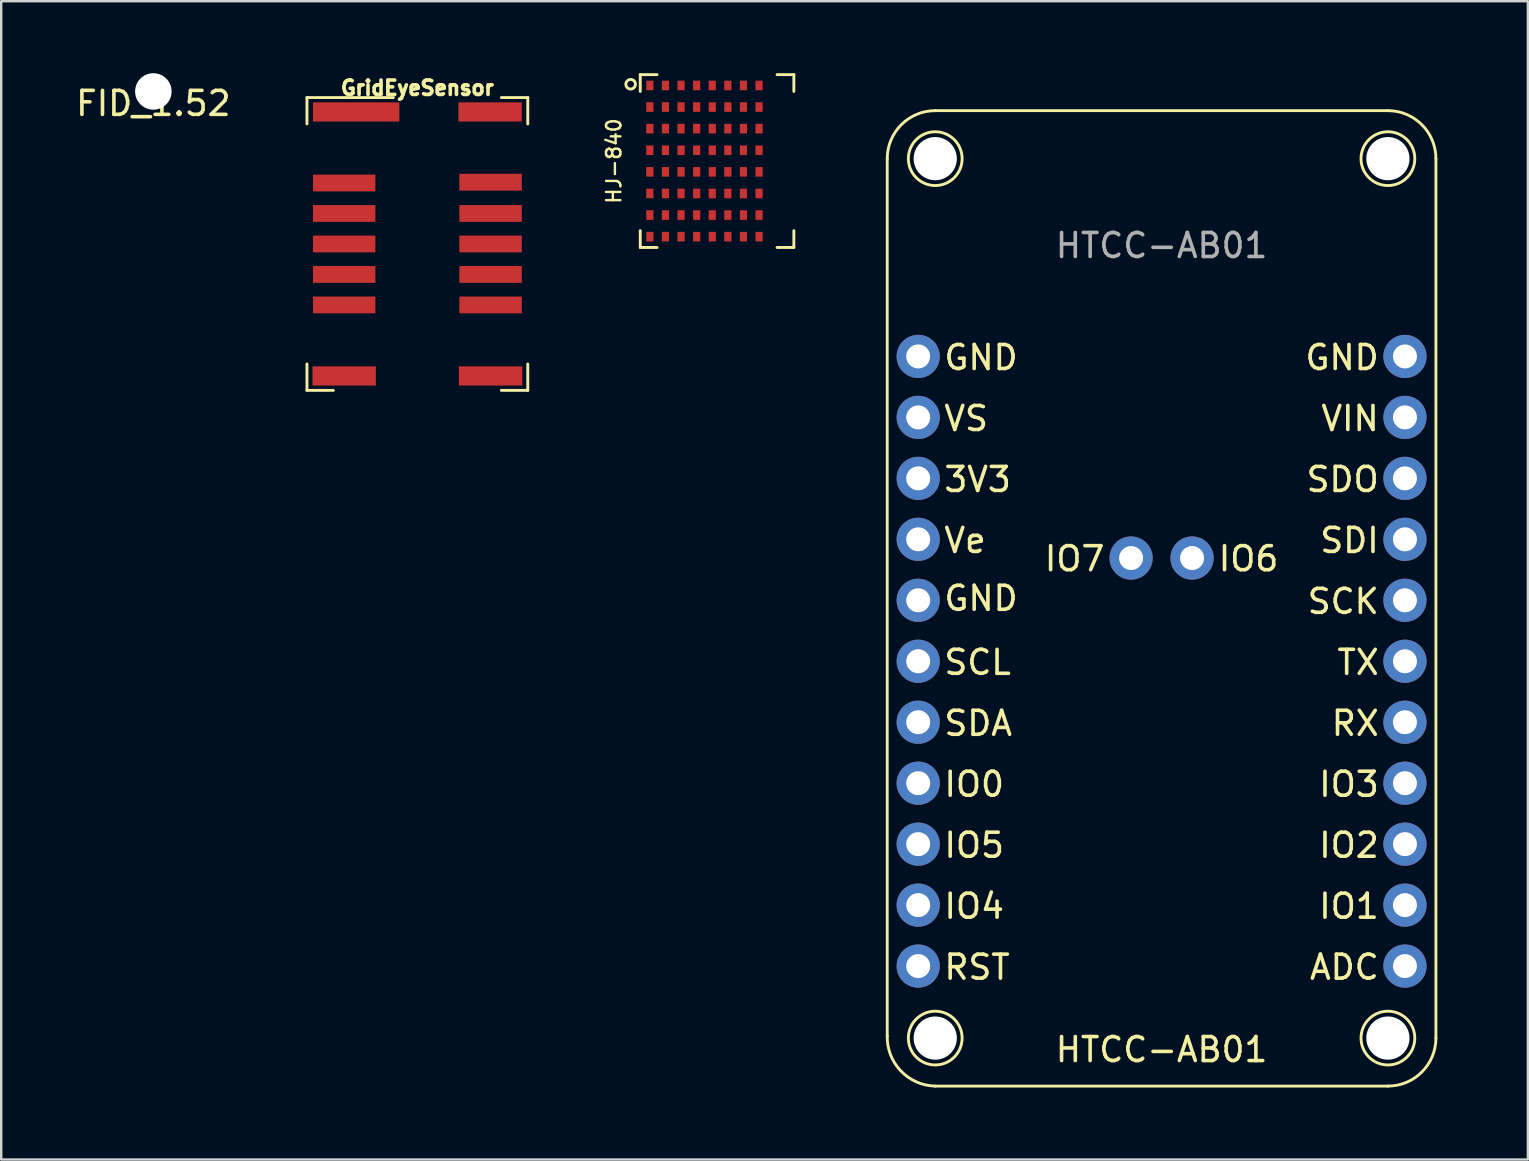
<source format=kicad_pcb>
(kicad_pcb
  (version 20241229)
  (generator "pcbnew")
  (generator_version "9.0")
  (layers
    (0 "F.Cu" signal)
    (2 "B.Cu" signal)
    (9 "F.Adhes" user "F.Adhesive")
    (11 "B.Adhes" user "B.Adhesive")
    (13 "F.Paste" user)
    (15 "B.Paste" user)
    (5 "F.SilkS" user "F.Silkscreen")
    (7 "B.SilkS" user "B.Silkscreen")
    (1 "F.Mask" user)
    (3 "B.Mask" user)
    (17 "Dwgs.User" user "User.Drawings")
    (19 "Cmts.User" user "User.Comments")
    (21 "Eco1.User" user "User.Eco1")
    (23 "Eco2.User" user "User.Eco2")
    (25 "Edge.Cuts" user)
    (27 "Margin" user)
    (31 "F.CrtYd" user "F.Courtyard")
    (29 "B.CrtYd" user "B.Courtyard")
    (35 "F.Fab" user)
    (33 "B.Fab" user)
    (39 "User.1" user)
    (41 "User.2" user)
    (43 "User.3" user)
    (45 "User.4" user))
  (footprint "HTCC-AB01"
    (layer "F.Cu")
    (at 45.345 21.88)
    (property "Reference" "HTCC-AB01" (at 0 18.8 0) (unlocked yes) (layer "F.SilkS") (effects (font (size 1 1) (thickness 0.15))))
    (attr through_hole)
    (fp_line (start -11.43 -18.32) (end -11.43 18.23) (stroke (width 0.12) (type default)) (layer "F.SilkS"))
    (fp_line (start -9.43 -20.32) (end 9.43 -20.32) (stroke (width 0.12) (type default)) (layer "F.SilkS"))
    (fp_line (start -9.43 20.32) (end 9.43 20.32) (stroke (width 0.12) (type default)) (layer "F.SilkS"))
    (fp_line (start 11.43 -18.32) (end 11.43 18.32) (stroke (width 0.12) (type default)) (layer "F.SilkS"))
    (fp_arc (start -11.43 -18.32) (mid -10.844214 -19.734214) (end -9.43 -20.32) (stroke (width 0.12) (type default)) (layer "F.SilkS"))
    (fp_arc (start -9.43 20.32) (mid -10.862855 19.689215) (end -11.43 18.23) (stroke (width 0.12) (type default)) (layer "F.SilkS"))
    (fp_arc (start 9.43 -20.32) (mid 10.844214 -19.734214) (end 11.43 -18.32) (stroke (width 0.12) (type default)) (layer "F.SilkS"))
    (fp_arc (start 11.43 18.32) (mid 10.844214 19.734214) (end 9.43 20.32) (stroke (width 0.12) (type default)) (layer "F.SilkS"))
    (fp_circle (center -9.43 -18.32) (end -9.4 -17.2) (stroke (width 0.12) (type default)) (fill no) (layer "F.SilkS"))
    (fp_circle (center -9.43 18.32) (end -8.31 18.32) (stroke (width 0.12) (type default)) (fill no) (layer "F.SilkS"))
    (fp_circle (center 9.43 -18.32) (end 9.4 -17.2) (stroke (width 0.12) (type default)) (fill no) (layer "F.SilkS"))
    (fp_circle (center 9.43 18.32) (end 10.55 18.32) (stroke (width 0.12) (type default)) (fill no) (layer "F.SilkS"))
    (fp_line (start -11.43 -18.32) (end -11.43 18.23) (stroke (width 0.12) (type default)) (layer "Eco1.User"))
    (fp_line (start -9.43 -20.32) (end 9.43 -20.32) (stroke (width 0.12) (type default)) (layer "Eco1.User"))
    (fp_line (start -9.43 20.32) (end 9.43 20.32) (stroke (width 0.12) (type default)) (layer "Eco1.User"))
    (fp_line (start -4.5 -21.82) (end -4.5 -15) (stroke (width 0.12) (type default)) (layer "Eco1.User"))
    (fp_line (start 4.5 -21.82) (end -4.5 -21.82) (stroke (width 0.12) (type default)) (layer "Eco1.User"))
    (fp_line (start 4.5 -21.82) (end 4.5 -15) (stroke (width 0.12) (type default)) (layer "Eco1.User"))
    (fp_line (start 4.5 -15) (end -4.5 -15) (stroke (width 0.12) (type default)) (layer "Eco1.User"))
    (fp_line (start 11.43 -18.32) (end 11.43 18.32) (stroke (width 0.12) (type default)) (layer "Eco1.User"))
    (fp_rect (start -11.4 -16.2) (end -9.6 -13.2) (stroke (width 0.12) (type default)) (fill no) (layer "Eco1.User"))
    (fp_rect (start -11.4 -14) (end -12.2 -15.4) (stroke (width 0.12) (type default)) (fill no) (layer "Eco1.User"))
    (fp_rect (start -2.8 -16) (end 2.8 -12.2) (stroke (width 0.12) (type default)) (fill no) (layer "Eco1.User"))
    (fp_rect (start 11.4 -15.4) (end 12.2 -14) (stroke (width 0.12) (type default)) (fill no) (layer "Eco1.User"))
    (fp_rect (start 11.4 -13.2) (end 9.6 -16.2) (stroke (width 0.12) (type default)) (fill no) (layer "Eco1.User"))
    (fp_arc (start -11.43 -18.32) (mid -10.844214 -19.734214) (end -9.43 -20.32) (stroke (width 0.12) (type default)) (layer "Eco1.User"))
    (fp_arc (start -9.43 20.32) (mid -10.862854 19.689214) (end -11.43 18.23) (stroke (width 0.12) (type default)) (layer "Eco1.User"))
    (fp_arc (start 9.43 -20.32) (mid 10.844214 -19.734214) (end 11.43 -18.32) (stroke (width 0.12) (type default)) (layer "Eco1.User"))
    (fp_arc (start 11.43 18.32) (mid 10.844214 19.734214) (end 9.43 20.32) (stroke (width 0.12) (type default)) (layer "Eco1.User"))
    (fp_text user "SDI" (at 9.144 -2.413 0) (unlocked yes) (layer "F.SilkS") (effects (font (size 1 1) (thickness 0.15)) (justify right)))
    (fp_text user "IO0" (at -9.144 7.747 0) (unlocked yes) (layer "F.SilkS") (effects (font (size 1 1) (thickness 0.15)) (justify left)))
    (fp_text user "SCL" (at -9.144 2.667 0) (unlocked yes) (layer "F.SilkS") (effects (font (size 1 1) (thickness 0.15)) (justify left)))
    (fp_text user "TX" (at 9.144 2.667 0) (unlocked yes) (layer "F.SilkS") (effects (font (size 1 1) (thickness 0.15)) (justify right)))
    (fp_text user "IO7" (at -2.286 -1.651 0) (unlocked yes) (layer "F.SilkS") (effects (font (size 1 1) (thickness 0.15)) (justify right)))
    (fp_text user "IO1" (at 9.144 12.827 0) (unlocked yes) (layer "F.SilkS") (effects (font (size 1 1) (thickness 0.15)) (justify right)))
    (fp_text user "GND" (at -9.144 0 0) (unlocked yes) (layer "F.SilkS") (effects (font (size 1 1) (thickness 0.15)) (justify left)))
    (fp_text user "IO3" (at 9.144 7.747 0) (unlocked yes) (layer "F.SilkS") (effects (font (size 1 1) (thickness 0.15)) (justify right)))
    (fp_text user "IO2" (at 9.144 10.287 0) (unlocked yes) (layer "F.SilkS") (effects (font (size 1 1) (thickness 0.15)) (justify right)))
    (fp_text user "3V3" (at -9.144 -4.953 0) (unlocked yes) (layer "F.SilkS") (effects (font (size 1 1) (thickness 0.15)) (justify left)))
    (fp_text user "ADC" (at 9.144 15.367 0) (unlocked yes) (layer "F.SilkS") (effects (font (size 1 1) (thickness 0.15)) (justify right)))
    (fp_text user "VIN" (at 9.144 -7.493 0) (unlocked yes) (layer "F.SilkS") (effects (font (size 1 1) (thickness 0.15)) (justify right)))
    (fp_text user "IO6" (at 2.286 -1.651 0) (unlocked yes) (layer "F.SilkS") (effects (font (size 1 1) (thickness 0.15)) (justify left)))
    (fp_text user "IO5" (at -9.144 10.287 0) (unlocked yes) (layer "F.SilkS") (effects (font (size 1 1) (thickness 0.15)) (justify left)))
    (fp_text user "VS" (at -9.144 -7.493 0) (unlocked yes) (layer "F.SilkS") (effects (font (size 1 1) (thickness 0.15)) (justify left)))
    (fp_text user "SDO" (at 9.144 -4.953 0) (unlocked yes) (layer "F.SilkS") (effects (font (size 1 1) (thickness 0.15)) (justify right)))
    (fp_text user "SCK" (at 9.144 0.127 0) (unlocked yes) (layer "F.SilkS") (effects (font (size 1 1) (thickness 0.15)) (justify right)))
    (fp_text user "GND" (at 9.144 -10.033 0) (unlocked yes) (layer "F.SilkS") (effects (font (size 1 1) (thickness 0.15)) (justify right)))
    (fp_text user "RX" (at 9.144 5.207 0) (unlocked yes) (layer "F.SilkS") (effects (font (size 1 1) (thickness 0.15)) (justify right)))
    (fp_text user "GND" (at -9.144 -10.033 0) (unlocked yes) (layer "F.SilkS") (effects (font (size 1 1) (thickness 0.15)) (justify left)))
    (fp_text user "SDA" (at -9.144 5.207 0) (unlocked yes) (layer "F.SilkS") (effects (font (size 1 1) (thickness 0.15)) (justify left)))
    (fp_text user "Ve" (at -9.144 -2.413 0) (unlocked yes) (layer "F.SilkS") (effects (font (size 1 1) (thickness 0.15)) (justify left)))
    (fp_text user "RST" (at -9.144 15.367 0) (unlocked yes) (layer "F.SilkS") (effects (font (size 1 1) (thickness 0.15)) (justify left)))
    (fp_text user "IO4" (at -9.144 12.827 0) (unlocked yes) (layer "F.SilkS") (effects (font (size 1 1) (thickness 0.15)) (justify left)))
    (fp_text user "${REFERENCE}" (at 0 -14.7 0) (unlocked yes) (layer "F.Fab") (effects (font (size 1 1) (thickness 0.15))))
    (pad "" np_thru_hole circle (at -9.43 -18.32) (size 1.8 1.8) (drill 1.8) (layers "*.Cu" "*.Mask"))
    (pad "" np_thru_hole circle (at -9.43 18.32) (size 1.8 1.8) (drill 1.8) (layers "*.Cu" "*.Mask"))
    (pad "" np_thru_hole circle (at 9.43 -18.32) (size 1.8 1.8) (drill 1.8) (layers "*.Cu" "*.Mask"))
    (pad "" np_thru_hole circle (at 9.43 18.32) (size 1.8 1.8) (drill 1.8) (layers "*.Cu" "*.Mask"))
    (pad "1" thru_hole circle (at -10.14 -10.08) (size 1.8 1.8) (drill 1) (layers "*.Cu" "*.Mask"))
    (pad "2" thru_hole circle (at -10.14 -7.54) (size 1.8 1.8) (drill 1) (layers "*.Cu" "*.Mask"))
    (pad "3" thru_hole circle (at -10.14 -5) (size 1.8 1.8) (drill 1) (layers "*.Cu" "*.Mask"))
    (pad "4" thru_hole circle (at -10.14 -2.46) (size 1.8 1.8) (drill 1) (layers "*.Cu" "*.Mask"))
    (pad "5" thru_hole circle (at -10.14 0.08) (size 1.8 1.8) (drill 1) (layers "*.Cu" "*.Mask"))
    (pad "6" thru_hole circle (at -10.14 2.62) (size 1.8 1.8) (drill 1) (layers "*.Cu" "*.Mask"))
    (pad "7" thru_hole circle (at -10.14 5.16) (size 1.8 1.8) (drill 1) (layers "*.Cu" "*.Mask"))
    (pad "8" thru_hole circle (at -10.14 7.7) (size 1.8 1.8) (drill 1) (layers "*.Cu" "*.Mask"))
    (pad "9" thru_hole circle (at -10.14 10.24) (size 1.8 1.8) (drill 1) (layers "*.Cu" "*.Mask"))
    (pad "10" thru_hole circle (at -10.14 12.78) (size 1.8 1.8) (drill 1) (layers "*.Cu" "*.Mask"))
    (pad "11" thru_hole circle (at -10.14 15.32) (size 1.8 1.8) (drill 1) (layers "*.Cu" "*.Mask"))
    (pad "12" thru_hole circle (at 10.14 15.32) (size 1.8 1.8) (drill 1) (layers "*.Cu" "*.Mask"))
    (pad "13" thru_hole circle (at 10.14 12.78) (size 1.8 1.8) (drill 1) (layers "*.Cu" "*.Mask"))
    (pad "14" thru_hole circle (at 10.14 10.24) (size 1.8 1.8) (drill 1) (layers "*.Cu" "*.Mask"))
    (pad "15" thru_hole circle (at 10.14 7.7) (size 1.8 1.8) (drill 1) (layers "*.Cu" "*.Mask"))
    (pad "16" thru_hole circle (at 10.14 5.16) (size 1.8 1.8) (drill 1) (layers "*.Cu" "*.Mask"))
    (pad "17" thru_hole circle (at 10.14 2.62) (size 1.8 1.8) (drill 1) (layers "*.Cu" "*.Mask"))
    (pad "18" thru_hole circle (at 10.14 0.08) (size 1.8 1.8) (drill 1) (layers "*.Cu" "*.Mask"))
    (pad "19" thru_hole circle (at 10.14 -2.46) (size 1.8 1.8) (drill 1) (layers "*.Cu" "*.Mask"))
    (pad "20" thru_hole circle (at 10.14 -5) (size 1.8 1.8) (drill 1) (layers "*.Cu" "*.Mask"))
    (pad "21" thru_hole circle (at 10.14 -7.54) (size 1.8 1.8) (drill 1) (layers "*.Cu" "*.Mask"))
    (pad "22" thru_hole circle (at 10.14 -10.08) (size 1.8 1.8) (drill 1) (layers "*.Cu" "*.Mask"))
    (pad "23" thru_hole circle (at 1.27 -1.68 90) (size 1.8 1.8) (drill 1) (layers "*.Cu" "*.Mask"))
    (pad "24" thru_hole circle (at -1.27 -1.68 90) (size 1.8 1.8) (drill 1) (layers "*.Cu" "*.Mask")))
  (footprint "HJ-840"
    (layer "F.Cu")
    (at 26.825 3.66)
    (property "Reference" "HJ-840" (at -4.3 0 90) (layer "F.SilkS") (effects (font (size 0.6 0.6) (thickness 0.1))))
    (attr through_hole)
    (fp_line (start -3.2 -3.6) (end -3.2 -2.9) (stroke (width 0.12) (type solid)) (layer "F.SilkS"))
    (fp_line (start -3.2 -3.6) (end -2.5 -3.6) (stroke (width 0.12) (type solid)) (layer "F.SilkS"))
    (fp_line (start -3.2 3.6) (end -3.2 2.9) (stroke (width 0.12) (type solid)) (layer "F.SilkS"))
    (fp_line (start -3.2 3.6) (end -2.5 3.6) (stroke (width 0.12) (type solid)) (layer "F.SilkS"))
    (fp_line (start 3.2 -3.6) (end 2.5 -3.6) (stroke (width 0.12) (type solid)) (layer "F.SilkS"))
    (fp_line (start 3.2 -3.6) (end 3.2 -2.9) (stroke (width 0.12) (type solid)) (layer "F.SilkS"))
    (fp_line (start 3.2 3.6) (end 2.5 3.6) (stroke (width 0.12) (type solid)) (layer "F.SilkS"))
    (fp_line (start 3.2 3.6) (end 3.2 2.9) (stroke (width 0.12) (type solid)) (layer "F.SilkS"))
    (fp_circle (center -3.6 -3.2) (end -3.4 -3.2) (stroke (width 0.12) (type solid)) (fill no) (layer "F.SilkS"))
    (fp_line (start -3.1 -3.5) (end 3.1 -3.5) (stroke (width 0.05) (type solid)) (layer "Eco1.User"))
    (fp_line (start -3.1 3.5) (end -3.1 -3.5) (stroke (width 0.05) (type solid)) (layer "Eco1.User"))
    (fp_line (start -3.1 3.5) (end 3.1 3.5) (stroke (width 0.05) (type solid)) (layer "Eco1.User"))
    (fp_line (start 3.1 3.5) (end 3.1 -3.5) (stroke (width 0.05) (type solid)) (layer "Eco1.User"))
    (fp_poly (pts (xy 3.1 3.5) (xy 2 3.5) (xy 2 -3.5) (xy 3.1 -3.5)) (stroke (width 0.1) (type solid)) (fill no) (layer "Eco2.User"))
    (fp_text user "ANTENNA" (at 2.6 0 90) (layer "Eco1.User") (effects (font (size 0.8 0.8) (thickness 0.05))))
    (pad "A1" smd rect (at -2.8 -3.15) (size 0.3 0.4) (layers "F.Cu" "F.Mask" "F.Paste"))
    (pad "A2" smd rect (at -2.15 -3.15) (size 0.3 0.4) (layers "F.Cu" "F.Mask" "F.Paste"))
    (pad "A3" smd rect (at -1.5 -3.15) (size 0.3 0.4) (layers "F.Cu" "F.Mask" "F.Paste"))
    (pad "A4" smd rect (at -0.85 -3.15) (size 0.3 0.4) (layers "F.Cu" "F.Mask" "F.Paste"))
    (pad "A5" smd rect (at -0.2 -3.15) (size 0.3 0.4) (layers "F.Cu" "F.Mask" "F.Paste"))
    (pad "A6" smd rect (at 0.45 -3.15) (size 0.3 0.4) (layers "F.Cu" "F.Mask" "F.Paste"))
    (pad "A7" smd rect (at 1.1 -3.15) (size 0.3 0.4) (layers "F.Cu" "F.Mask" "F.Paste"))
    (pad "A8" smd rect (at 1.75 -3.15) (size 0.3 0.4) (layers "F.Cu" "F.Mask" "F.Paste"))
    (pad "B1" smd rect (at -2.8 -2.25) (size 0.3 0.4) (layers "F.Cu" "F.Mask" "F.Paste"))
    (pad "B2" smd rect (at -2.15 -2.25) (size 0.3 0.4) (layers "F.Cu" "F.Mask" "F.Paste"))
    (pad "B3" smd rect (at -1.5 -2.25) (size 0.3 0.4) (layers "F.Cu" "F.Mask" "F.Paste"))
    (pad "B4" smd rect (at -0.85 -2.25) (size 0.3 0.4) (layers "F.Cu" "F.Mask" "F.Paste"))
    (pad "B5" smd rect (at -0.2 -2.25) (size 0.3 0.4) (layers "F.Cu" "F.Mask" "F.Paste"))
    (pad "B6" smd rect (at 0.45 -2.25) (size 0.3 0.4) (layers "F.Cu" "F.Mask" "F.Paste"))
    (pad "B7" smd rect (at 1.1 -2.25) (size 0.3 0.4) (layers "F.Cu" "F.Mask" "F.Paste"))
    (pad "B8" smd rect (at 1.75 -2.25) (size 0.3 0.4) (layers "F.Cu" "F.Mask" "F.Paste"))
    (pad "C1" smd rect (at -2.8 -1.35) (size 0.3 0.4) (layers "F.Cu" "F.Mask" "F.Paste"))
    (pad "C2" smd rect (at -2.15 -1.35) (size 0.3 0.4) (layers "F.Cu" "F.Mask" "F.Paste"))
    (pad "C3" smd rect (at -1.5 -1.35) (size 0.3 0.4) (layers "F.Cu" "F.Mask" "F.Paste"))
    (pad "C4" smd rect (at -0.85 -1.35) (size 0.3 0.4) (layers "F.Cu" "F.Mask" "F.Paste"))
    (pad "C5" smd rect (at -0.2 -1.35) (size 0.3 0.4) (layers "F.Cu" "F.Mask" "F.Paste"))
    (pad "C6" smd rect (at 0.45 -1.35) (size 0.3 0.4) (layers "F.Cu" "F.Mask" "F.Paste"))
    (pad "C7" smd rect (at 1.1 -1.35) (size 0.3 0.4) (layers "F.Cu" "F.Mask" "F.Paste"))
    (pad "C8" smd rect (at 1.75 -1.35) (size 0.3 0.4) (layers "F.Cu" "F.Mask" "F.Paste"))
    (pad "D1" smd rect (at -2.8 -0.45) (size 0.3 0.4) (layers "F.Cu" "F.Mask" "F.Paste"))
    (pad "D2" smd rect (at -2.15 -0.45) (size 0.3 0.4) (layers "F.Cu" "F.Mask" "F.Paste"))
    (pad "D3" smd rect (at -1.5 -0.45) (size 0.3 0.4) (layers "F.Cu" "F.Mask" "F.Paste"))
    (pad "D4" smd rect (at -0.85 -0.45) (size 0.3 0.4) (layers "F.Cu" "F.Mask" "F.Paste"))
    (pad "D5" smd rect (at -0.2 -0.45) (size 0.3 0.4) (layers "F.Cu" "F.Mask" "F.Paste"))
    (pad "D6" smd rect (at 0.45 -0.45) (size 0.3 0.4) (layers "F.Cu" "F.Mask" "F.Paste"))
    (pad "D7" smd rect (at 1.1 -0.45) (size 0.3 0.4) (layers "F.Cu" "F.Mask" "F.Paste"))
    (pad "D8" smd rect (at 1.75 -0.45) (size 0.3 0.4) (layers "F.Cu" "F.Mask" "F.Paste"))
    (pad "E1" smd rect (at -2.8 0.45) (size 0.3 0.4) (layers "F.Cu" "F.Mask" "F.Paste"))
    (pad "E2" smd rect (at -2.15 0.45) (size 0.3 0.4) (layers "F.Cu" "F.Mask" "F.Paste"))
    (pad "E3" smd rect (at -1.5 0.45) (size 0.3 0.4) (layers "F.Cu" "F.Mask" "F.Paste"))
    (pad "E4" smd rect (at -0.85 0.45) (size 0.3 0.4) (layers "F.Cu" "F.Mask" "F.Paste"))
    (pad "E5" smd rect (at -0.2 0.45) (size 0.3 0.4) (layers "F.Cu" "F.Mask" "F.Paste"))
    (pad "E6" smd rect (at 0.45 0.45) (size 0.3 0.4) (layers "F.Cu" "F.Mask" "F.Paste"))
    (pad "E7" smd rect (at 1.1 0.45) (size 0.3 0.4) (layers "F.Cu" "F.Mask" "F.Paste"))
    (pad "E8" smd rect (at 1.75 0.45) (size 0.3 0.4) (layers "F.Cu" "F.Mask" "F.Paste"))
    (pad "F1" smd rect (at -2.8 1.35) (size 0.3 0.4) (layers "F.Cu" "F.Mask" "F.Paste"))
    (pad "F2" smd rect (at -2.15 1.35) (size 0.3 0.4) (layers "F.Cu" "F.Mask" "F.Paste"))
    (pad "F3" smd rect (at -1.5 1.35) (size 0.3 0.4) (layers "F.Cu" "F.Mask" "F.Paste"))
    (pad "F4" smd rect (at -0.85 1.35) (size 0.3 0.4) (layers "F.Cu" "F.Mask" "F.Paste"))
    (pad "F5" smd rect (at -0.2 1.35) (size 0.3 0.4) (layers "F.Cu" "F.Mask" "F.Paste"))
    (pad "F6" smd rect (at 0.45 1.35) (size 0.3 0.4) (layers "F.Cu" "F.Mask" "F.Paste"))
    (pad "F7" smd rect (at 1.1 1.35) (size 0.3 0.4) (layers "F.Cu" "F.Mask" "F.Paste"))
    (pad "F8" smd rect (at 1.75 1.35) (size 0.3 0.4) (layers "F.Cu" "F.Mask" "F.Paste"))
    (pad "G1" smd rect (at -2.8 2.25) (size 0.3 0.4) (layers "F.Cu" "F.Mask" "F.Paste"))
    (pad "G2" smd rect (at -2.15 2.25) (size 0.3 0.4) (layers "F.Cu" "F.Mask" "F.Paste"))
    (pad "G3" smd rect (at -1.5 2.25) (size 0.3 0.4) (layers "F.Cu" "F.Mask" "F.Paste"))
    (pad "G4" smd rect (at -0.85 2.25) (size 0.3 0.4) (layers "F.Cu" "F.Mask" "F.Paste"))
    (pad "G5" smd rect (at -0.2 2.25) (size 0.3 0.4) (layers "F.Cu" "F.Mask" "F.Paste"))
    (pad "G6" smd rect (at 0.45 2.25) (size 0.3 0.4) (layers "F.Cu" "F.Mask" "F.Paste"))
    (pad "G7" smd rect (at 1.1 2.25) (size 0.3 0.4) (layers "F.Cu" "F.Mask" "F.Paste"))
    (pad "G8" smd rect (at 1.75 2.25) (size 0.3 0.4) (layers "F.Cu" "F.Mask" "F.Paste"))
    (pad "H1" smd rect (at -2.8 3.15) (size 0.3 0.4) (layers "F.Cu" "F.Mask" "F.Paste"))
    (pad "H2" smd rect (at -2.15 3.15) (size 0.3 0.4) (layers "F.Cu" "F.Mask" "F.Paste"))
    (pad "H3" smd rect (at -1.5 3.15) (size 0.3 0.4) (layers "F.Cu" "F.Mask" "F.Paste"))
    (pad "H4" smd rect (at -0.85 3.15) (size 0.3 0.4) (layers "F.Cu" "F.Mask" "F.Paste"))
    (pad "H5" smd rect (at -0.2 3.15) (size 0.3 0.4) (layers "F.Cu" "F.Mask" "F.Paste"))
    (pad "H6" smd rect (at 0.45 3.15) (size 0.3 0.4) (layers "F.Cu" "F.Mask" "F.Paste"))
    (pad "H7" smd rect (at 1.1 3.15) (size 0.3 0.4) (layers "F.Cu" "F.Mask" "F.Paste"))
    (pad "H8" smd rect (at 1.75 3.15) (size 0.3 0.4) (layers "F.Cu" "F.Mask" "F.Paste")))
  (footprint "GridEyeSensor"
    (layer "F.Cu")
    (at 14.339 7.114)
    (property "Reference" "GridEyeSensor" (at 0 -6.5 0) (layer "F.SilkS") (effects (font (size 0.6 0.6) (thickness 0.15))))
    (attr through_hole)
    (fp_line (start -4.6 -6.1) (end -4.6 -5) (stroke (width 0.12) (type solid)) (layer "F.SilkS"))
    (fp_line (start -4.6 -6.1) (end -1 -6.1) (stroke (width 0.12) (type solid)) (layer "F.SilkS"))
    (fp_line (start -4.6 6.1) (end -4.6 5) (stroke (width 0.12) (type solid)) (layer "F.SilkS"))
    (fp_line (start -4.6 6.1) (end -3.5 6.1) (stroke (width 0.12) (type solid)) (layer "F.SilkS"))
    (fp_line (start 4.6 -6.1) (end 3.5 -6.1) (stroke (width 0.12) (type solid)) (layer "F.SilkS"))
    (fp_line (start 4.6 -6.1) (end 4.6 -5) (stroke (width 0.12) (type solid)) (layer "F.SilkS"))
    (fp_line (start 4.6 6.1) (end 3.5 6.1) (stroke (width 0.12) (type solid)) (layer "F.SilkS"))
    (fp_line (start 4.6 6.1) (end 4.6 5) (stroke (width 0.12) (type solid)) (layer "F.SilkS"))
    (fp_line (start -4 5.8) (end -4 -5.8) (stroke (width 0.15) (type solid)) (layer "Eco1.User"))
    (fp_line (start -1.1 2) (end 1.1 2) (stroke (width 0.12) (type solid)) (layer "Eco1.User"))
    (fp_line (start 0 3.3) (end 0 -1.1) (stroke (width 0.12) (type solid)) (layer "Eco1.User"))
    (fp_line (start 4 -5.8) (end -4 -5.8) (stroke (width 0.15) (type solid)) (layer "Eco1.User"))
    (fp_line (start 4 5.8) (end -4 5.8) (stroke (width 0.15) (type solid)) (layer "Eco1.User"))
    (fp_line (start 4 5.8) (end 4 -5.8) (stroke (width 0.15) (type solid)) (layer "Eco1.User"))
    (pad "1" smd rect (at -2.55 -5.5) (size 3.6 0.8) (layers "F.Cu" "F.Mask" "F.Paste"))
    (pad "2" smd rect (at -3.05 -2.54) (size 2.6 0.7) (layers "F.Cu" "F.Mask" "F.Paste"))
    (pad "3" smd rect (at -3.05 -1.27) (size 2.6 0.7) (layers "F.Cu" "F.Mask" "F.Paste"))
    (pad "4" smd rect (at -3.05 0) (size 2.6 0.7) (layers "F.Cu" "F.Mask" "F.Paste"))
    (pad "5" smd rect (at -3.05 1.27) (size 2.6 0.7) (layers "F.Cu" "F.Mask" "F.Paste"))
    (pad "6" smd rect (at -3.05 2.54) (size 2.6 0.7) (layers "F.Cu" "F.Mask" "F.Paste"))
    (pad "7" smd rect (at -3.05 5.5) (size 2.64 0.8) (layers "F.Cu" "F.Mask" "F.Paste"))
    (pad "8" smd rect (at 3.05 5.5) (size 2.64 0.8) (layers "F.Cu" "F.Mask" "F.Paste"))
    (pad "9" smd rect (at 3.05 2.54) (size 2.6 0.7) (layers "F.Cu" "F.Mask" "F.Paste"))
    (pad "10" smd rect (at 3.05 1.27) (size 2.6 0.7) (layers "F.Cu" "F.Mask" "F.Paste"))
    (pad "11" smd rect (at 3.05 0) (size 2.6 0.7) (layers "F.Cu" "F.Mask" "F.Paste"))
    (pad "12" smd rect (at 3.05 -1.27) (size 2.6 0.7) (layers "F.Cu" "F.Mask" "F.Paste"))
    (pad "13" smd rect (at 3.05 -2.573) (size 2.6 0.7) (layers "F.Cu" "F.Mask" "F.Paste"))
    (pad "14" smd rect (at 3.03 -5.5) (size 2.64 0.8) (layers "F.Cu" "F.Mask" "F.Paste")))
  (footprint "FID_1.52"
    (layer "F.Cu")
    (at 3.339 0.76)
    (property "Reference" "FID_1.52" (at 0 0.5 0) (layer "F.SilkS") (effects (font (size 1 1) (thickness 0.15))))
    (attr through_hole)
    (pad "" np_thru_hole circle (at 0 0) (size 1.52 1.52) (drill 1.52) (layers "*.Cu" "*.Mask")))
  (gr_rect
    (start -3 -3)
    (end 60.605 45.26)
    (stroke (width 0.1) (type default))
    (fill no)
    (layer "Edge.Cuts")))
</source>
